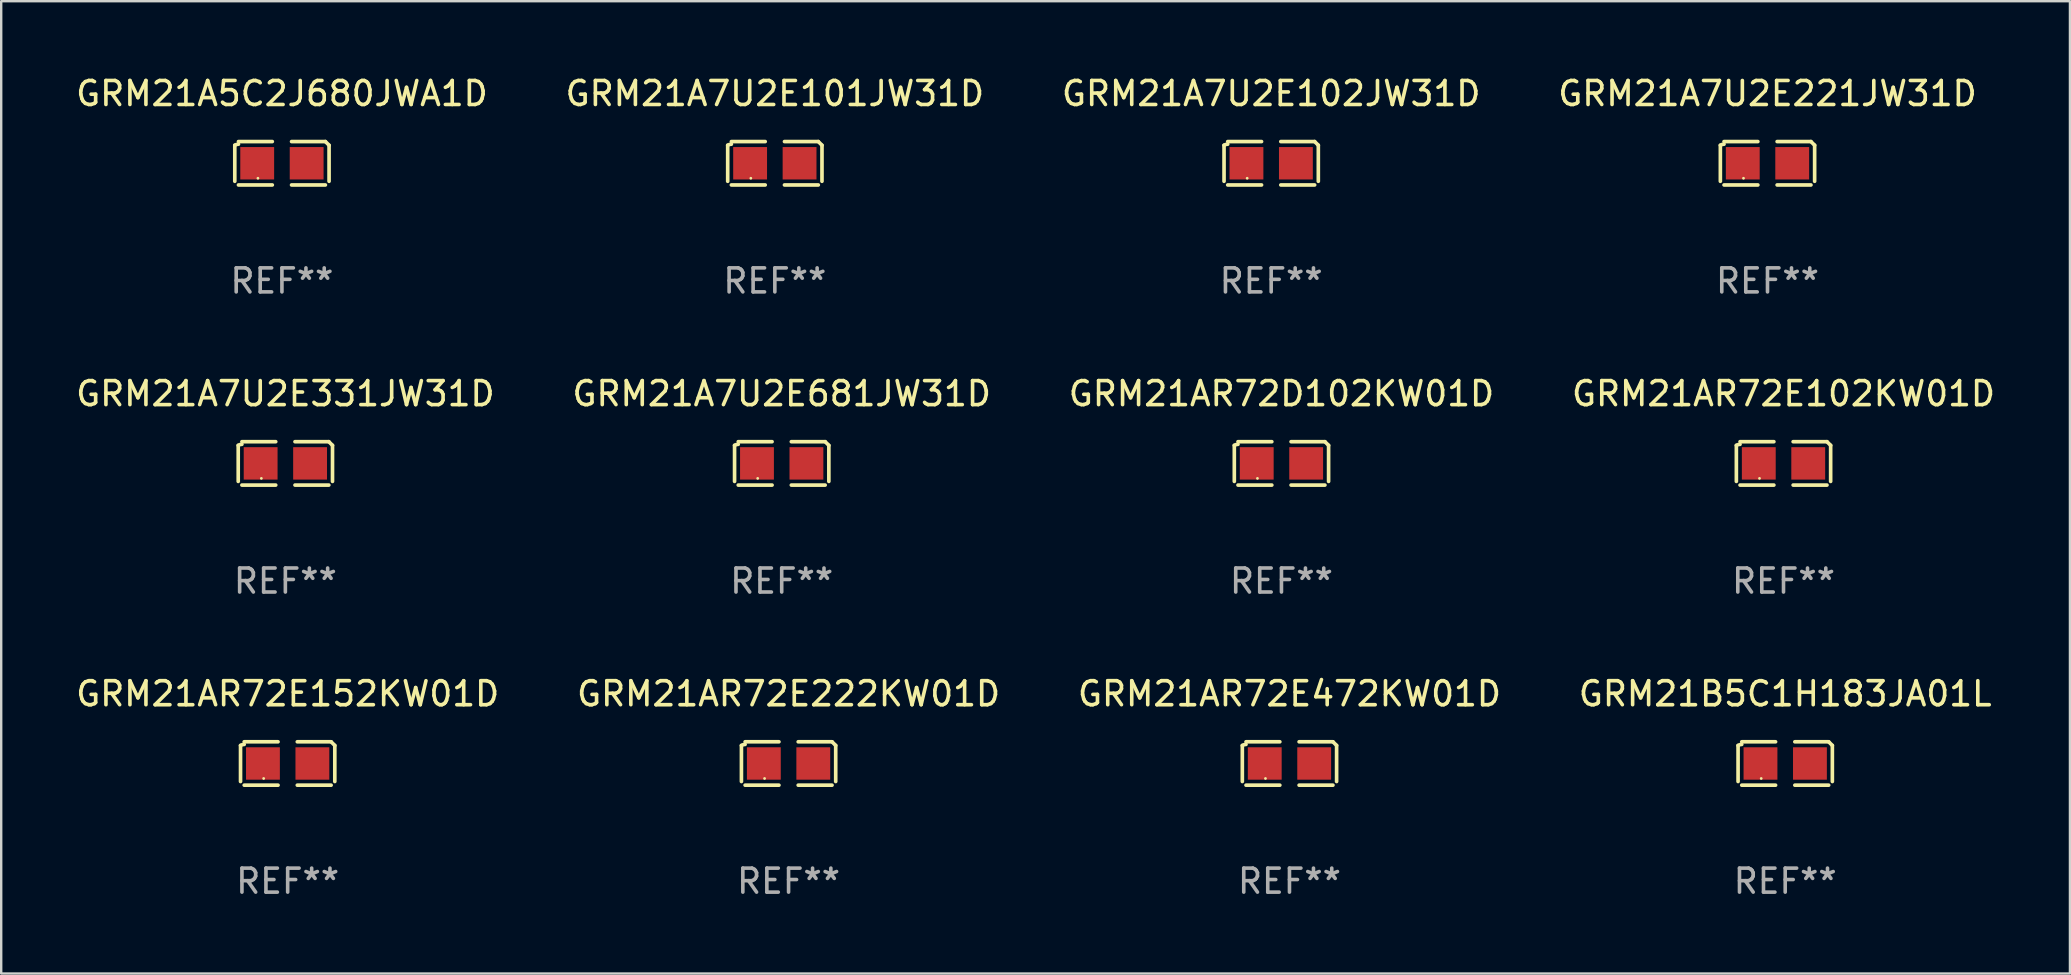
<source format=kicad_pcb>
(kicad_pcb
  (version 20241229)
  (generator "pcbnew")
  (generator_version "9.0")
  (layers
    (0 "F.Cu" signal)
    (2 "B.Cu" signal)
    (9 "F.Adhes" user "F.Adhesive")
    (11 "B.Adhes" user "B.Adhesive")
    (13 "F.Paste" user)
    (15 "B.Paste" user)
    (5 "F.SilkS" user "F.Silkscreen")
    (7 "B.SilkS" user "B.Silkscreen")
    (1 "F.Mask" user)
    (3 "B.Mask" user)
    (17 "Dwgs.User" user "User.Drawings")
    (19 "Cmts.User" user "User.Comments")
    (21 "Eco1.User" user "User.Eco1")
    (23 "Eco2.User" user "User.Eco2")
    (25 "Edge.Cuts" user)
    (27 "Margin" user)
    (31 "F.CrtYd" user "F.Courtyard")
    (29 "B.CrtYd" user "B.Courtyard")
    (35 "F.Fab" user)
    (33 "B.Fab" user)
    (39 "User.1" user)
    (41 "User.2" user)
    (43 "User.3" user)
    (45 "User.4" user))
  (footprint "GRM21B5C1H183JA01L"
    (layer "F.Cu")
    (at 71.327 28.759)
    (property "Reference" "GRM21B5C1H183JA01L" (at 0 -2.904 0) (layer "F.SilkS") (effects (font (size 1 1) (thickness 0.15))))
    (attr through_hole)
    (fp_line (start -1.964 0.751) (end -1.964 -0.751) (stroke (width 0.152) (type solid)) (layer "F.SilkS"))
    (fp_line (start -1.811 -0.904) (end -0.401 -0.904) (stroke (width 0.152) (type solid)) (layer "F.SilkS"))
    (fp_line (start -0.401 0.904) (end -1.811 0.904) (stroke (width 0.152) (type solid)) (layer "F.SilkS"))
    (fp_line (start 0.401 0.904) (end 1.811 0.904) (stroke (width 0.152) (type solid)) (layer "F.SilkS"))
    (fp_line (start 1.811 -0.904) (end 0.401 -0.904) (stroke (width 0.152) (type solid)) (layer "F.SilkS"))
    (fp_line (start 1.964 0.751) (end 1.964 -0.751) (stroke (width 0.152) (type solid)) (layer "F.SilkS"))
    (fp_arc (start -1.963602 -0.751207) (mid -1.890354 -0.783131) (end -1.811201 -0.794044) (stroke (width 0.1524) (type solid)) (layer "F.SilkS"))
    (fp_arc (start 1.811202 -0.903607) (mid 1.887413 -0.827418) (end 1.963602 -0.751207) (stroke (width 0.1524) (type solid)) (layer "F.SilkS"))
    (fp_circle (center -1 0.625) (end -0.97 0.625) (stroke (width 0.06) (type solid)) (fill no) (layer "F.SilkS"))
    (fp_text user "REF**" (at 0 4.904 0) (layer "F.Fab") (effects (font (size 1 1) (thickness 0.15))))
    (pad "1" smd rect (at -1.03 0) (size 1.41 1.35) (layers "F.Cu" "F.Mask" "F.Paste"))
    (pad "2" smd rect (at 1.03 0) (size 1.41 1.35) (layers "F.Cu" "F.Mask" "F.Paste")))
  (footprint "GRM21AR72D102KW01D"
    (layer "F.Cu")
    (at 50.339 16.256)
    (property "Reference" "GRM21AR72D102KW01D" (at 0 -2.904 0) (layer "F.SilkS") (effects (font (size 1 1) (thickness 0.15))))
    (attr through_hole)
    (fp_line (start -1.964 0.751) (end -1.964 -0.751) (stroke (width 0.152) (type solid)) (layer "F.SilkS"))
    (fp_line (start -1.811 -0.904) (end -0.401 -0.904) (stroke (width 0.152) (type solid)) (layer "F.SilkS"))
    (fp_line (start -0.401 0.904) (end -1.811 0.904) (stroke (width 0.152) (type solid)) (layer "F.SilkS"))
    (fp_line (start 0.401 0.904) (end 1.811 0.904) (stroke (width 0.152) (type solid)) (layer "F.SilkS"))
    (fp_line (start 1.811 -0.904) (end 0.401 -0.904) (stroke (width 0.152) (type solid)) (layer "F.SilkS"))
    (fp_line (start 1.964 0.751) (end 1.964 -0.751) (stroke (width 0.152) (type solid)) (layer "F.SilkS"))
    (fp_arc (start -1.963602 -0.751207) (mid -1.890354 -0.783131) (end -1.811201 -0.794044) (stroke (width 0.1524) (type solid)) (layer "F.SilkS"))
    (fp_arc (start 1.811202 -0.903607) (mid 1.887413 -0.827418) (end 1.963602 -0.751207) (stroke (width 0.1524) (type solid)) (layer "F.SilkS"))
    (fp_circle (center -1 0.625) (end -0.97 0.625) (stroke (width 0.06) (type solid)) (fill no) (layer "F.SilkS"))
    (fp_text user "REF**" (at 0 4.904 0) (layer "F.Fab") (effects (font (size 1 1) (thickness 0.15))))
    (pad "1" smd rect (at -1.03 0) (size 1.41 1.35) (layers "F.Cu" "F.Mask" "F.Paste"))
    (pad "2" smd rect (at 1.03 0) (size 1.41 1.35) (layers "F.Cu" "F.Mask" "F.Paste")))
  (footprint "GRM21AR72E102KW01D"
    (layer "F.Cu")
    (at 71.256 16.256)
    (property "Reference" "GRM21AR72E102KW01D" (at 0 -2.904 0) (layer "F.SilkS") (effects (font (size 1 1) (thickness 0.15))))
    (attr through_hole)
    (fp_line (start -1.964 0.751) (end -1.964 -0.751) (stroke (width 0.152) (type solid)) (layer "F.SilkS"))
    (fp_line (start -1.811 -0.904) (end -0.401 -0.904) (stroke (width 0.152) (type solid)) (layer "F.SilkS"))
    (fp_line (start -0.401 0.904) (end -1.811 0.904) (stroke (width 0.152) (type solid)) (layer "F.SilkS"))
    (fp_line (start 0.401 0.904) (end 1.811 0.904) (stroke (width 0.152) (type solid)) (layer "F.SilkS"))
    (fp_line (start 1.811 -0.904) (end 0.401 -0.904) (stroke (width 0.152) (type solid)) (layer "F.SilkS"))
    (fp_line (start 1.964 0.751) (end 1.964 -0.751) (stroke (width 0.152) (type solid)) (layer "F.SilkS"))
    (fp_arc (start -1.963602 -0.751207) (mid -1.890354 -0.783131) (end -1.811201 -0.794044) (stroke (width 0.1524) (type solid)) (layer "F.SilkS"))
    (fp_arc (start 1.811202 -0.903607) (mid 1.887413 -0.827418) (end 1.963602 -0.751207) (stroke (width 0.1524) (type solid)) (layer "F.SilkS"))
    (fp_circle (center -1 0.625) (end -0.97 0.625) (stroke (width 0.06) (type solid)) (fill no) (layer "F.SilkS"))
    (fp_text user "REF**" (at 0 4.904 0) (layer "F.Fab") (effects (font (size 1 1) (thickness 0.15))))
    (pad "1" smd rect (at -1.03 0) (size 1.41 1.35) (layers "F.Cu" "F.Mask" "F.Paste"))
    (pad "2" smd rect (at 1.03 0) (size 1.41 1.35) (layers "F.Cu" "F.Mask" "F.Paste")))
  (footprint "GRM21A7U2E221JW31D"
    (layer "F.Cu")
    (at 70.589 3.752)
    (property "Reference" "GRM21A7U2E221JW31D" (at 0 -2.904 0) (layer "F.SilkS") (effects (font (size 1 1) (thickness 0.15))))
    (attr through_hole)
    (fp_line (start -1.964 0.751) (end -1.964 -0.751) (stroke (width 0.152) (type solid)) (layer "F.SilkS"))
    (fp_line (start -1.811 -0.904) (end -0.401 -0.904) (stroke (width 0.152) (type solid)) (layer "F.SilkS"))
    (fp_line (start -0.401 0.904) (end -1.811 0.904) (stroke (width 0.152) (type solid)) (layer "F.SilkS"))
    (fp_line (start 0.401 0.904) (end 1.811 0.904) (stroke (width 0.152) (type solid)) (layer "F.SilkS"))
    (fp_line (start 1.811 -0.904) (end 0.401 -0.904) (stroke (width 0.152) (type solid)) (layer "F.SilkS"))
    (fp_line (start 1.964 0.751) (end 1.964 -0.751) (stroke (width 0.152) (type solid)) (layer "F.SilkS"))
    (fp_arc (start -1.963602 -0.751207) (mid -1.890354 -0.783131) (end -1.811201 -0.794044) (stroke (width 0.1524) (type solid)) (layer "F.SilkS"))
    (fp_arc (start 1.811202 -0.903607) (mid 1.887413 -0.827418) (end 1.963602 -0.751207) (stroke (width 0.1524) (type solid)) (layer "F.SilkS"))
    (fp_circle (center -1 0.625) (end -0.97 0.625) (stroke (width 0.06) (type solid)) (fill no) (layer "F.SilkS"))
    (fp_text user "REF**" (at 0 4.904 0) (layer "F.Fab") (effects (font (size 1 1) (thickness 0.15))))
    (pad "1" smd rect (at -1.03 0) (size 1.41 1.35) (layers "F.Cu" "F.Mask" "F.Paste"))
    (pad "2" smd rect (at 1.03 0) (size 1.41 1.35) (layers "F.Cu" "F.Mask" "F.Paste")))
  (footprint "GRM21A7U2E102JW31D"
    (layer "F.Cu")
    (at 49.911 3.752)
    (property "Reference" "GRM21A7U2E102JW31D" (at 0 -2.904 0) (layer "F.SilkS") (effects (font (size 1 1) (thickness 0.15))))
    (attr through_hole)
    (fp_line (start -1.964 0.751) (end -1.964 -0.751) (stroke (width 0.152) (type solid)) (layer "F.SilkS"))
    (fp_line (start -1.811 -0.904) (end -0.401 -0.904) (stroke (width 0.152) (type solid)) (layer "F.SilkS"))
    (fp_line (start -0.401 0.904) (end -1.811 0.904) (stroke (width 0.152) (type solid)) (layer "F.SilkS"))
    (fp_line (start 0.401 0.904) (end 1.811 0.904) (stroke (width 0.152) (type solid)) (layer "F.SilkS"))
    (fp_line (start 1.811 -0.904) (end 0.401 -0.904) (stroke (width 0.152) (type solid)) (layer "F.SilkS"))
    (fp_line (start 1.964 0.751) (end 1.964 -0.751) (stroke (width 0.152) (type solid)) (layer "F.SilkS"))
    (fp_arc (start -1.963602 -0.751207) (mid -1.890354 -0.783131) (end -1.811201 -0.794044) (stroke (width 0.1524) (type solid)) (layer "F.SilkS"))
    (fp_arc (start 1.811202 -0.903607) (mid 1.887413 -0.827418) (end 1.963602 -0.751207) (stroke (width 0.1524) (type solid)) (layer "F.SilkS"))
    (fp_circle (center -1 0.625) (end -0.97 0.625) (stroke (width 0.06) (type solid)) (fill no) (layer "F.SilkS"))
    (fp_text user "REF**" (at 0 4.904 0) (layer "F.Fab") (effects (font (size 1 1) (thickness 0.15))))
    (pad "1" smd rect (at -1.03 0) (size 1.41 1.35) (layers "F.Cu" "F.Mask" "F.Paste"))
    (pad "2" smd rect (at 1.03 0) (size 1.41 1.35) (layers "F.Cu" "F.Mask" "F.Paste")))
  (footprint "GRM21A7U2E101JW31D"
    (layer "F.Cu")
    (at 29.232 3.752)
    (property "Reference" "GRM21A7U2E101JW31D" (at 0 -2.904 0) (layer "F.SilkS") (effects (font (size 1 1) (thickness 0.15))))
    (attr through_hole)
    (fp_line (start -1.964 0.751) (end -1.964 -0.751) (stroke (width 0.152) (type solid)) (layer "F.SilkS"))
    (fp_line (start -1.811 -0.904) (end -0.401 -0.904) (stroke (width 0.152) (type solid)) (layer "F.SilkS"))
    (fp_line (start -0.401 0.904) (end -1.811 0.904) (stroke (width 0.152) (type solid)) (layer "F.SilkS"))
    (fp_line (start 0.401 0.904) (end 1.811 0.904) (stroke (width 0.152) (type solid)) (layer "F.SilkS"))
    (fp_line (start 1.811 -0.904) (end 0.401 -0.904) (stroke (width 0.152) (type solid)) (layer "F.SilkS"))
    (fp_line (start 1.964 0.751) (end 1.964 -0.751) (stroke (width 0.152) (type solid)) (layer "F.SilkS"))
    (fp_arc (start -1.963602 -0.751207) (mid -1.890354 -0.783131) (end -1.811201 -0.794044) (stroke (width 0.1524) (type solid)) (layer "F.SilkS"))
    (fp_arc (start 1.811202 -0.903607) (mid 1.887413 -0.827418) (end 1.963602 -0.751207) (stroke (width 0.1524) (type solid)) (layer "F.SilkS"))
    (fp_circle (center -1 0.625) (end -0.97 0.625) (stroke (width 0.06) (type solid)) (fill no) (layer "F.SilkS"))
    (fp_text user "REF**" (at 0 4.904 0) (layer "F.Fab") (effects (font (size 1 1) (thickness 0.15))))
    (pad "1" smd rect (at -1.03 0) (size 1.41 1.35) (layers "F.Cu" "F.Mask" "F.Paste"))
    (pad "2" smd rect (at 1.03 0) (size 1.41 1.35) (layers "F.Cu" "F.Mask" "F.Paste")))
  (footprint "GRM21A7U2E331JW31D"
    (layer "F.Cu")
    (at 8.839 16.256)
    (property "Reference" "GRM21A7U2E331JW31D" (at 0 -2.904 0) (layer "F.SilkS") (effects (font (size 1 1) (thickness 0.15))))
    (attr through_hole)
    (fp_line (start -1.964 0.751) (end -1.964 -0.751) (stroke (width 0.152) (type solid)) (layer "F.SilkS"))
    (fp_line (start -1.811 -0.904) (end -0.401 -0.904) (stroke (width 0.152) (type solid)) (layer "F.SilkS"))
    (fp_line (start -0.401 0.904) (end -1.811 0.904) (stroke (width 0.152) (type solid)) (layer "F.SilkS"))
    (fp_line (start 0.401 0.904) (end 1.811 0.904) (stroke (width 0.152) (type solid)) (layer "F.SilkS"))
    (fp_line (start 1.811 -0.904) (end 0.401 -0.904) (stroke (width 0.152) (type solid)) (layer "F.SilkS"))
    (fp_line (start 1.964 0.751) (end 1.964 -0.751) (stroke (width 0.152) (type solid)) (layer "F.SilkS"))
    (fp_arc (start -1.963602 -0.751207) (mid -1.890354 -0.783131) (end -1.811201 -0.794044) (stroke (width 0.1524) (type solid)) (layer "F.SilkS"))
    (fp_arc (start 1.811202 -0.903607) (mid 1.887413 -0.827418) (end 1.963602 -0.751207) (stroke (width 0.1524) (type solid)) (layer "F.SilkS"))
    (fp_circle (center -1 0.625) (end -0.97 0.625) (stroke (width 0.06) (type solid)) (fill no) (layer "F.SilkS"))
    (fp_text user "REF**" (at 0 4.904 0) (layer "F.Fab") (effects (font (size 1 1) (thickness 0.15))))
    (pad "1" smd rect (at -1.03 0) (size 1.41 1.35) (layers "F.Cu" "F.Mask" "F.Paste"))
    (pad "2" smd rect (at 1.03 0) (size 1.41 1.35) (layers "F.Cu" "F.Mask" "F.Paste")))
  (footprint "GRM21A5C2J680JWA1D"
    (layer "F.Cu")
    (at 8.696 3.752)
    (property "Reference" "GRM21A5C2J680JWA1D" (at 0 -2.904 0) (layer "F.SilkS") (effects (font (size 1 1) (thickness 0.15))))
    (attr through_hole)
    (fp_line (start -1.964 0.751) (end -1.964 -0.751) (stroke (width 0.152) (type solid)) (layer "F.SilkS"))
    (fp_line (start -1.811 -0.904) (end -0.401 -0.904) (stroke (width 0.152) (type solid)) (layer "F.SilkS"))
    (fp_line (start -0.401 0.904) (end -1.811 0.904) (stroke (width 0.152) (type solid)) (layer "F.SilkS"))
    (fp_line (start 0.401 0.904) (end 1.811 0.904) (stroke (width 0.152) (type solid)) (layer "F.SilkS"))
    (fp_line (start 1.811 -0.904) (end 0.401 -0.904) (stroke (width 0.152) (type solid)) (layer "F.SilkS"))
    (fp_line (start 1.964 0.751) (end 1.964 -0.751) (stroke (width 0.152) (type solid)) (layer "F.SilkS"))
    (fp_arc (start -1.963602 -0.751207) (mid -1.890354 -0.783131) (end -1.811201 -0.794044) (stroke (width 0.1524) (type solid)) (layer "F.SilkS"))
    (fp_arc (start 1.811202 -0.903607) (mid 1.887413 -0.827418) (end 1.963602 -0.751207) (stroke (width 0.1524) (type solid)) (layer "F.SilkS"))
    (fp_circle (center -1 0.625) (end -0.97 0.625) (stroke (width 0.06) (type solid)) (fill no) (layer "F.SilkS"))
    (fp_text user "REF**" (at 0 4.904 0) (layer "F.Fab") (effects (font (size 1 1) (thickness 0.15))))
    (pad "1" smd rect (at -1.03 0) (size 1.41 1.35) (layers "F.Cu" "F.Mask" "F.Paste"))
    (pad "2" smd rect (at 1.03 0) (size 1.41 1.35) (layers "F.Cu" "F.Mask" "F.Paste")))
  (footprint "GRM21AR72E222KW01D"
    (layer "F.Cu")
    (at 29.804 28.759)
    (property "Reference" "GRM21AR72E222KW01D" (at 0 -2.904 0) (layer "F.SilkS") (effects (font (size 1 1) (thickness 0.15))))
    (attr through_hole)
    (fp_line (start -1.964 0.751) (end -1.964 -0.751) (stroke (width 0.152) (type solid)) (layer "F.SilkS"))
    (fp_line (start -1.811 -0.904) (end -0.401 -0.904) (stroke (width 0.152) (type solid)) (layer "F.SilkS"))
    (fp_line (start -0.401 0.904) (end -1.811 0.904) (stroke (width 0.152) (type solid)) (layer "F.SilkS"))
    (fp_line (start 0.401 0.904) (end 1.811 0.904) (stroke (width 0.152) (type solid)) (layer "F.SilkS"))
    (fp_line (start 1.811 -0.904) (end 0.401 -0.904) (stroke (width 0.152) (type solid)) (layer "F.SilkS"))
    (fp_line (start 1.964 0.751) (end 1.964 -0.751) (stroke (width 0.152) (type solid)) (layer "F.SilkS"))
    (fp_arc (start -1.963602 -0.751207) (mid -1.890354 -0.783131) (end -1.811201 -0.794044) (stroke (width 0.1524) (type solid)) (layer "F.SilkS"))
    (fp_arc (start 1.811202 -0.903607) (mid 1.887413 -0.827418) (end 1.963602 -0.751207) (stroke (width 0.1524) (type solid)) (layer "F.SilkS"))
    (fp_circle (center -1 0.625) (end -0.97 0.625) (stroke (width 0.06) (type solid)) (fill no) (layer "F.SilkS"))
    (fp_text user "REF**" (at 0 4.904 0) (layer "F.Fab") (effects (font (size 1 1) (thickness 0.15))))
    (pad "1" smd rect (at -1.03 0) (size 1.41 1.35) (layers "F.Cu" "F.Mask" "F.Paste"))
    (pad "2" smd rect (at 1.03 0) (size 1.41 1.35) (layers "F.Cu" "F.Mask" "F.Paste")))
  (footprint "GRM21AR72E472KW01D"
    (layer "F.Cu")
    (at 50.673 28.759)
    (property "Reference" "GRM21AR72E472KW01D" (at 0 -2.904 0) (layer "F.SilkS") (effects (font (size 1 1) (thickness 0.15))))
    (attr through_hole)
    (fp_line (start -1.964 0.751) (end -1.964 -0.751) (stroke (width 0.152) (type solid)) (layer "F.SilkS"))
    (fp_line (start -1.811 -0.904) (end -0.401 -0.904) (stroke (width 0.152) (type solid)) (layer "F.SilkS"))
    (fp_line (start -0.401 0.904) (end -1.811 0.904) (stroke (width 0.152) (type solid)) (layer "F.SilkS"))
    (fp_line (start 0.401 0.904) (end 1.811 0.904) (stroke (width 0.152) (type solid)) (layer "F.SilkS"))
    (fp_line (start 1.811 -0.904) (end 0.401 -0.904) (stroke (width 0.152) (type solid)) (layer "F.SilkS"))
    (fp_line (start 1.964 0.751) (end 1.964 -0.751) (stroke (width 0.152) (type solid)) (layer "F.SilkS"))
    (fp_arc (start -1.963602 -0.751207) (mid -1.890354 -0.783131) (end -1.811201 -0.794044) (stroke (width 0.1524) (type solid)) (layer "F.SilkS"))
    (fp_arc (start 1.811202 -0.903607) (mid 1.887413 -0.827418) (end 1.963602 -0.751207) (stroke (width 0.1524) (type solid)) (layer "F.SilkS"))
    (fp_circle (center -1 0.625) (end -0.97 0.625) (stroke (width 0.06) (type solid)) (fill no) (layer "F.SilkS"))
    (fp_text user "REF**" (at 0 4.904 0) (layer "F.Fab") (effects (font (size 1 1) (thickness 0.15))))
    (pad "1" smd rect (at -1.03 0) (size 1.41 1.35) (layers "F.Cu" "F.Mask" "F.Paste"))
    (pad "2" smd rect (at 1.03 0) (size 1.41 1.35) (layers "F.Cu" "F.Mask" "F.Paste")))
  (footprint "GRM21AR72E152KW01D"
    (layer "F.Cu")
    (at 8.935 28.759)
    (property "Reference" "GRM21AR72E152KW01D" (at 0 -2.904 0) (layer "F.SilkS") (effects (font (size 1 1) (thickness 0.15))))
    (attr through_hole)
    (fp_line (start -1.964 0.751) (end -1.964 -0.751) (stroke (width 0.152) (type solid)) (layer "F.SilkS"))
    (fp_line (start -1.811 -0.904) (end -0.401 -0.904) (stroke (width 0.152) (type solid)) (layer "F.SilkS"))
    (fp_line (start -0.401 0.904) (end -1.811 0.904) (stroke (width 0.152) (type solid)) (layer "F.SilkS"))
    (fp_line (start 0.401 0.904) (end 1.811 0.904) (stroke (width 0.152) (type solid)) (layer "F.SilkS"))
    (fp_line (start 1.811 -0.904) (end 0.401 -0.904) (stroke (width 0.152) (type solid)) (layer "F.SilkS"))
    (fp_line (start 1.964 0.751) (end 1.964 -0.751) (stroke (width 0.152) (type solid)) (layer "F.SilkS"))
    (fp_arc (start -1.963602 -0.751207) (mid -1.890354 -0.783131) (end -1.811201 -0.794044) (stroke (width 0.1524) (type solid)) (layer "F.SilkS"))
    (fp_arc (start 1.811202 -0.903607) (mid 1.887413 -0.827418) (end 1.963602 -0.751207) (stroke (width 0.1524) (type solid)) (layer "F.SilkS"))
    (fp_circle (center -1 0.625) (end -0.97 0.625) (stroke (width 0.06) (type solid)) (fill no) (layer "F.SilkS"))
    (fp_text user "REF**" (at 0 4.904 0) (layer "F.Fab") (effects (font (size 1 1) (thickness 0.15))))
    (pad "1" smd rect (at -1.03 0) (size 1.41 1.35) (layers "F.Cu" "F.Mask" "F.Paste"))
    (pad "2" smd rect (at 1.03 0) (size 1.41 1.35) (layers "F.Cu" "F.Mask" "F.Paste")))
  (footprint "GRM21A7U2E681JW31D"
    (layer "F.Cu")
    (at 29.518 16.256)
    (property "Reference" "GRM21A7U2E681JW31D" (at 0 -2.904 0) (layer "F.SilkS") (effects (font (size 1 1) (thickness 0.15))))
    (attr through_hole)
    (fp_line (start -1.964 0.751) (end -1.964 -0.751) (stroke (width 0.152) (type solid)) (layer "F.SilkS"))
    (fp_line (start -1.811 -0.904) (end -0.401 -0.904) (stroke (width 0.152) (type solid)) (layer "F.SilkS"))
    (fp_line (start -0.401 0.904) (end -1.811 0.904) (stroke (width 0.152) (type solid)) (layer "F.SilkS"))
    (fp_line (start 0.401 0.904) (end 1.811 0.904) (stroke (width 0.152) (type solid)) (layer "F.SilkS"))
    (fp_line (start 1.811 -0.904) (end 0.401 -0.904) (stroke (width 0.152) (type solid)) (layer "F.SilkS"))
    (fp_line (start 1.964 0.751) (end 1.964 -0.751) (stroke (width 0.152) (type solid)) (layer "F.SilkS"))
    (fp_arc (start -1.963602 -0.751207) (mid -1.890354 -0.783131) (end -1.811201 -0.794044) (stroke (width 0.1524) (type solid)) (layer "F.SilkS"))
    (fp_arc (start 1.811202 -0.903607) (mid 1.887413 -0.827418) (end 1.963602 -0.751207) (stroke (width 0.1524) (type solid)) (layer "F.SilkS"))
    (fp_circle (center -1 0.625) (end -0.97 0.625) (stroke (width 0.06) (type solid)) (fill no) (layer "F.SilkS"))
    (fp_text user "REF**" (at 0 4.904 0) (layer "F.Fab") (effects (font (size 1 1) (thickness 0.15))))
    (pad "1" smd rect (at -1.03 0) (size 1.41 1.35) (layers "F.Cu" "F.Mask" "F.Paste"))
    (pad "2" smd rect (at 1.03 0) (size 1.41 1.35) (layers "F.Cu" "F.Mask" "F.Paste")))
  (gr_rect
    (start -3 -3)
    (end 83.19 37.511)
    (stroke (width 0.1) (type default))
    (fill no)
    (layer "Edge.Cuts")))
</source>
